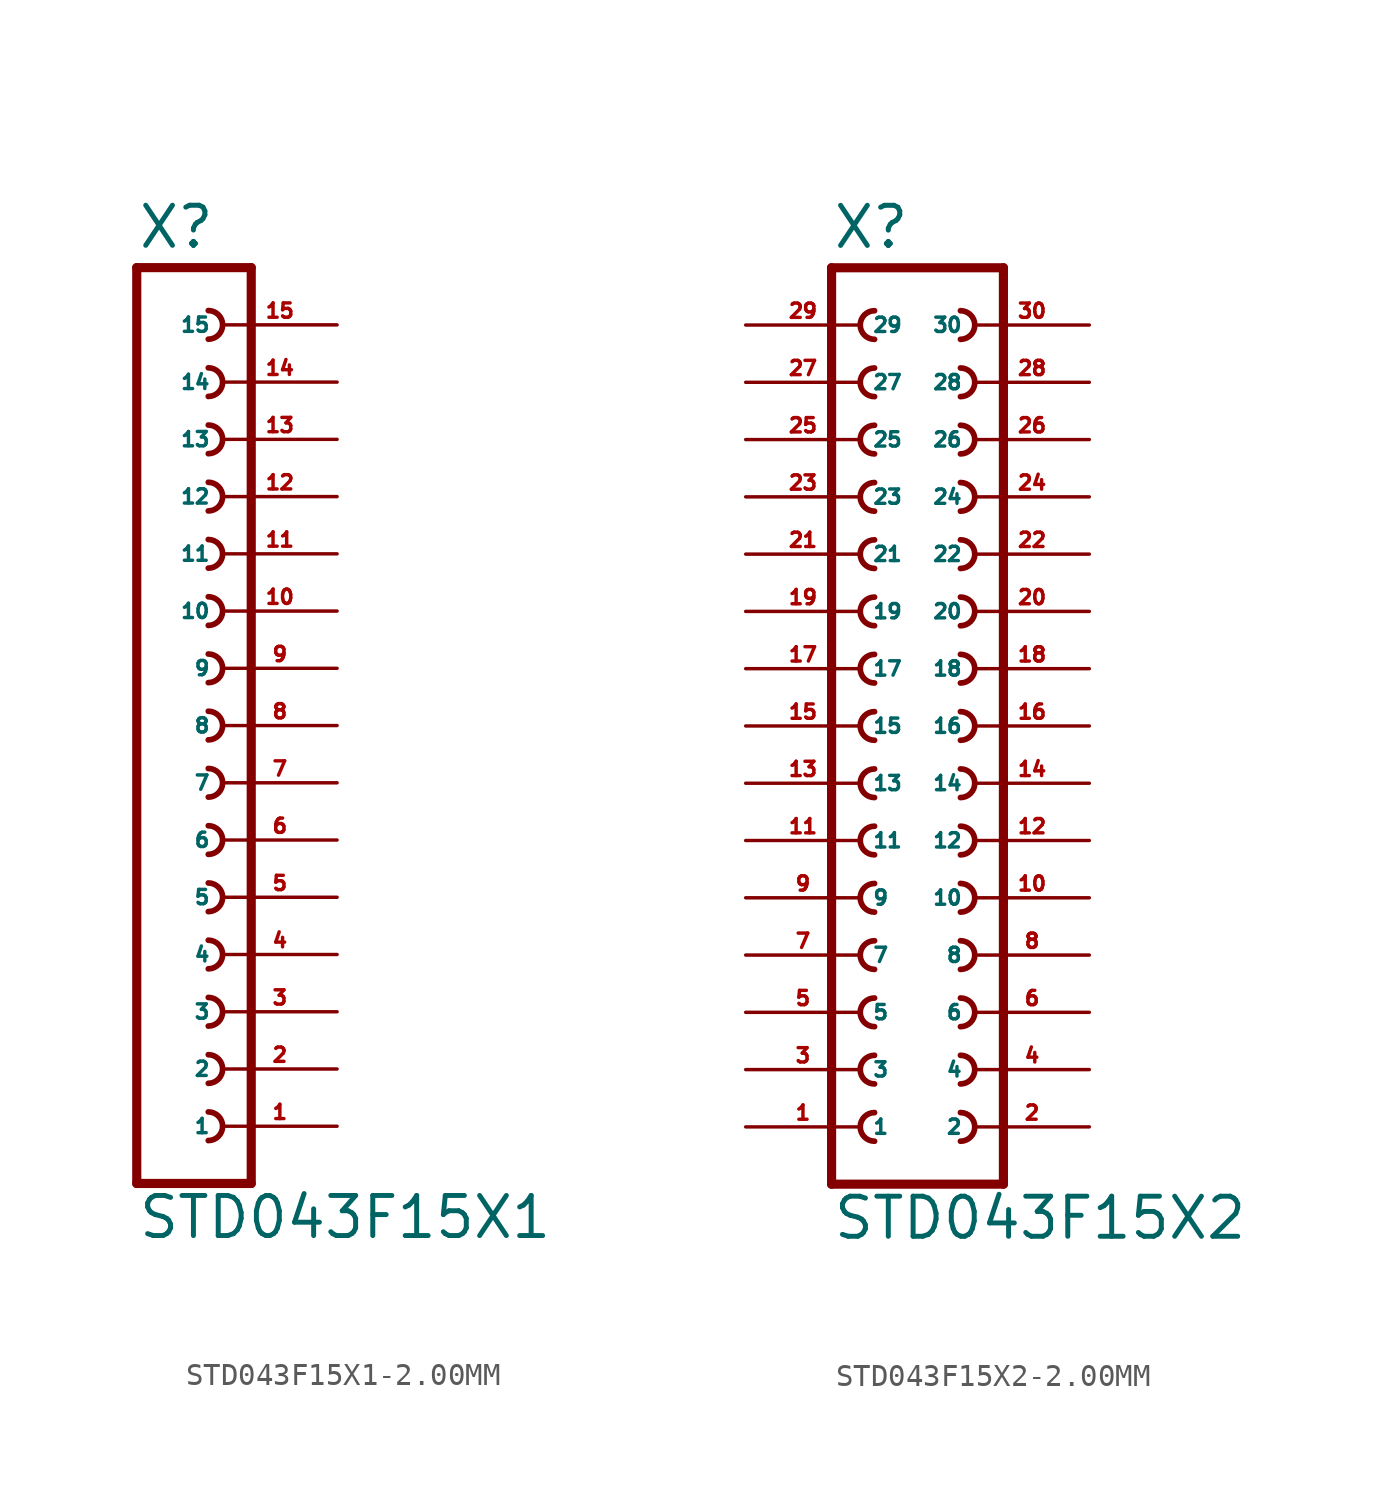
<source format=kicad_sym>
(kicad_symbol_lib
  (version 20220914)
  (generator Eagle2Kicad)
  (symbol "STD043F15X1-2.00MM"
    (property "Reference" "X"
      (at -1.27 21.082 0)
      (effects (font (size 1.778 1.778) (thickness 0.22)) (justify left bottom)))
    (property "Value" "STD043F15X1"
      (at -1.27 -22.86 0)
      (effects (font (size 1.778 1.778) (thickness 0.22)) (justify left bottom)))
    (polyline
      (pts (xy 3.81 -20.32) (xy -1.27 -20.32))
      (stroke (width 0.406) (type default))
      (fill (type none)))
    (arc
      (start 1.905 -13.335)
      (mid 2.540 -12.700)
      (end 1.905 -12.065)
      (stroke (width 0.254) (type default))
      (fill (type none)))
    (arc
      (start 1.905 -15.875)
      (mid 2.540 -15.240)
      (end 1.905 -14.605)
      (stroke (width 0.254) (type default))
      (fill (type none)))
    (arc
      (start 1.905 -18.415)
      (mid 2.540 -17.780)
      (end 1.905 -17.145)
      (stroke (width 0.254) (type default))
      (fill (type none)))
    (arc
      (start 1.905 -8.255)
      (mid 2.540 -7.620)
      (end 1.905 -6.985)
      (stroke (width 0.254) (type default))
      (fill (type none)))
    (arc
      (start 1.905 -10.795)
      (mid 2.540 -10.160)
      (end 1.905 -9.525)
      (stroke (width 0.254) (type default))
      (fill (type none)))
    (arc
      (start 1.905 -0.635)
      (mid 2.540 0.000)
      (end 1.905 0.635)
      (stroke (width 0.254) (type default))
      (fill (type none)))
    (arc
      (start 1.905 -3.175)
      (mid 2.540 -2.540)
      (end 1.905 -1.905)
      (stroke (width 0.254) (type default))
      (fill (type none)))
    (arc
      (start 1.905 -5.715)
      (mid 2.540 -5.080)
      (end 1.905 -4.445)
      (stroke (width 0.254) (type default))
      (fill (type none)))
    (arc
      (start 1.905 4.445)
      (mid 2.540 5.080)
      (end 1.905 5.715)
      (stroke (width 0.254) (type default))
      (fill (type none)))
    (arc
      (start 1.905 1.905)
      (mid 2.540 2.540)
      (end 1.905 3.175)
      (stroke (width 0.254) (type default))
      (fill (type none)))
    (arc
      (start 1.905 12.065)
      (mid 2.540 12.700)
      (end 1.905 13.335)
      (stroke (width 0.254) (type default))
      (fill (type none)))
    (arc
      (start 1.905 9.525)
      (mid 2.540 10.160)
      (end 1.905 10.795)
      (stroke (width 0.254) (type default))
      (fill (type none)))
    (arc
      (start 1.905 6.985)
      (mid 2.540 7.620)
      (end 1.905 8.255)
      (stroke (width 0.254) (type default))
      (fill (type none)))
    (arc
      (start 1.905 17.145)
      (mid 2.540 17.780)
      (end 1.905 18.415)
      (stroke (width 0.254) (type default))
      (fill (type none)))
    (arc
      (start 1.905 14.605)
      (mid 2.540 15.240)
      (end 1.905 15.875)
      (stroke (width 0.254) (type default))
      (fill (type none)))
    (polyline
      (pts (xy -1.27 20.32) (xy -1.27 -20.32))
      (stroke (width 0.406) (type default))
      (fill (type none)))
    (polyline
      (pts (xy 3.81 -20.32) (xy 3.81 20.32))
      (stroke (width 0.406) (type default))
      (fill (type none)))
    (polyline
      (pts (xy -1.27 20.32) (xy 3.81 20.32))
      (stroke (width 0.406) (type default))
      (fill (type none)))
    (pin passive line
      (at 7.62 -17.78 180)
      (length 5.08)
      (name "1" (effects (font (size 0.635 0.635) (thickness 0.08)) (justify left bottom)))
      (number "1" (effects (font (size 0.635 0.635) (thickness 0.08)) (justify left bottom))))
    (pin passive line
      (at 7.62 -15.24 180)
      (length 5.08)
      (name "2" (effects (font (size 0.635 0.635) (thickness 0.08)) (justify left bottom)))
      (number "2" (effects (font (size 0.635 0.635) (thickness 0.08)) (justify left bottom))))
    (pin passive line
      (at 7.62 -12.7 180)
      (length 5.08)
      (name "3" (effects (font (size 0.635 0.635) (thickness 0.08)) (justify left bottom)))
      (number "3" (effects (font (size 0.635 0.635) (thickness 0.08)) (justify left bottom))))
    (pin passive line
      (at 7.62 -10.16 180)
      (length 5.08)
      (name "4" (effects (font (size 0.635 0.635) (thickness 0.08)) (justify left bottom)))
      (number "4" (effects (font (size 0.635 0.635) (thickness 0.08)) (justify left bottom))))
    (pin passive line
      (at 7.62 -7.62 180)
      (length 5.08)
      (name "5" (effects (font (size 0.635 0.635) (thickness 0.08)) (justify left bottom)))
      (number "5" (effects (font (size 0.635 0.635) (thickness 0.08)) (justify left bottom))))
    (pin passive line
      (at 7.62 -5.08 180)
      (length 5.08)
      (name "6" (effects (font (size 0.635 0.635) (thickness 0.08)) (justify left bottom)))
      (number "6" (effects (font (size 0.635 0.635) (thickness 0.08)) (justify left bottom))))
    (pin passive line
      (at 7.62 -2.54 180)
      (length 5.08)
      (name "7" (effects (font (size 0.635 0.635) (thickness 0.08)) (justify left bottom)))
      (number "7" (effects (font (size 0.635 0.635) (thickness 0.08)) (justify left bottom))))
    (pin passive line
      (at 7.62 0 180)
      (length 5.08)
      (name "8" (effects (font (size 0.635 0.635) (thickness 0.08)) (justify left bottom)))
      (number "8" (effects (font (size 0.635 0.635) (thickness 0.08)) (justify left bottom))))
    (pin passive line
      (at 7.62 2.54 180)
      (length 5.08)
      (name "9" (effects (font (size 0.635 0.635) (thickness 0.08)) (justify left bottom)))
      (number "9" (effects (font (size 0.635 0.635) (thickness 0.08)) (justify left bottom))))
    (pin passive line
      (at 7.62 5.08 180)
      (length 5.08)
      (name "10" (effects (font (size 0.635 0.635) (thickness 0.08)) (justify left bottom)))
      (number "10" (effects (font (size 0.635 0.635) (thickness 0.08)) (justify left bottom))))
    (pin passive line
      (at 7.62 7.62 180)
      (length 5.08)
      (name "11" (effects (font (size 0.635 0.635) (thickness 0.08)) (justify left bottom)))
      (number "11" (effects (font (size 0.635 0.635) (thickness 0.08)) (justify left bottom))))
    (pin passive line
      (at 7.62 10.16 180)
      (length 5.08)
      (name "12" (effects (font (size 0.635 0.635) (thickness 0.08)) (justify left bottom)))
      (number "12" (effects (font (size 0.635 0.635) (thickness 0.08)) (justify left bottom))))
    (pin passive line
      (at 7.62 12.7 180)
      (length 5.08)
      (name "13" (effects (font (size 0.635 0.635) (thickness 0.08)) (justify left bottom)))
      (number "13" (effects (font (size 0.635 0.635) (thickness 0.08)) (justify left bottom))))
    (pin passive line
      (at 7.62 15.24 180)
      (length 5.08)
      (name "14" (effects (font (size 0.635 0.635) (thickness 0.08)) (justify left bottom)))
      (number "14" (effects (font (size 0.635 0.635) (thickness 0.08)) (justify left bottom))))
    (pin passive line
      (at 7.62 17.78 180)
      (length 5.08)
      (name "15" (effects (font (size 0.635 0.635) (thickness 0.08)) (justify left bottom)))
      (number "15" (effects (font (size 0.635 0.635) (thickness 0.08)) (justify left bottom)))))
  (symbol "STD043F15X2-2.00MM"
    (property "Reference" "X"
      (at -3.81 21.082 0)
      (effects (font (size 1.778 1.778) (thickness 0.22)) (justify left bottom)))
    (property "Value" "STD043F15X2"
      (at -3.81 -22.86 0)
      (effects (font (size 1.778 1.778) (thickness 0.22)) (justify left bottom)))
    (polyline
      (pts (xy 3.81 -20.32) (xy -3.81 -20.32))
      (stroke (width 0.406) (type default))
      (fill (type none)))
    (arc
      (start -1.905 -12.065)
      (mid -2.540 -12.700)
      (end -1.905 -13.335)
      (stroke (width 0.254) (type default))
      (fill (type none)))
    (arc
      (start -1.905 -14.605)
      (mid -2.540 -15.240)
      (end -1.905 -15.875)
      (stroke (width 0.254) (type default))
      (fill (type none)))
    (arc
      (start -1.905 -17.145)
      (mid -2.540 -17.780)
      (end -1.905 -18.415)
      (stroke (width 0.254) (type default))
      (fill (type none)))
    (arc
      (start 1.905 -13.335)
      (mid 2.540 -12.700)
      (end 1.905 -12.065)
      (stroke (width 0.254) (type default))
      (fill (type none)))
    (arc
      (start 1.905 -15.875)
      (mid 2.540 -15.240)
      (end 1.905 -14.605)
      (stroke (width 0.254) (type default))
      (fill (type none)))
    (arc
      (start 1.905 -18.415)
      (mid 2.540 -17.780)
      (end 1.905 -17.145)
      (stroke (width 0.254) (type default))
      (fill (type none)))
    (arc
      (start -1.905 -6.985)
      (mid -2.540 -7.620)
      (end -1.905 -8.255)
      (stroke (width 0.254) (type default))
      (fill (type none)))
    (arc
      (start -1.905 -9.525)
      (mid -2.540 -10.160)
      (end -1.905 -10.795)
      (stroke (width 0.254) (type default))
      (fill (type none)))
    (arc
      (start 1.905 -8.255)
      (mid 2.540 -7.620)
      (end 1.905 -6.985)
      (stroke (width 0.254) (type default))
      (fill (type none)))
    (arc
      (start 1.905 -10.795)
      (mid 2.540 -10.160)
      (end 1.905 -9.525)
      (stroke (width 0.254) (type default))
      (fill (type none)))
    (arc
      (start -1.905 0.635)
      (mid -2.540 0.000)
      (end -1.905 -0.635)
      (stroke (width 0.254) (type default))
      (fill (type none)))
    (arc
      (start -1.905 -1.905)
      (mid -2.540 -2.540)
      (end -1.905 -3.175)
      (stroke (width 0.254) (type default))
      (fill (type none)))
    (arc
      (start -1.905 -4.445)
      (mid -2.540 -5.080)
      (end -1.905 -5.715)
      (stroke (width 0.254) (type default))
      (fill (type none)))
    (arc
      (start 1.905 -0.635)
      (mid 2.540 0.000)
      (end 1.905 0.635)
      (stroke (width 0.254) (type default))
      (fill (type none)))
    (arc
      (start 1.905 -3.175)
      (mid 2.540 -2.540)
      (end 1.905 -1.905)
      (stroke (width 0.254) (type default))
      (fill (type none)))
    (arc
      (start 1.905 -5.715)
      (mid 2.540 -5.080)
      (end 1.905 -4.445)
      (stroke (width 0.254) (type default))
      (fill (type none)))
    (arc
      (start -1.905 5.715)
      (mid -2.540 5.080)
      (end -1.905 4.445)
      (stroke (width 0.254) (type default))
      (fill (type none)))
    (arc
      (start -1.905 3.175)
      (mid -2.540 2.540)
      (end -1.905 1.905)
      (stroke (width 0.254) (type default))
      (fill (type none)))
    (arc
      (start 1.905 4.445)
      (mid 2.540 5.080)
      (end 1.905 5.715)
      (stroke (width 0.254) (type default))
      (fill (type none)))
    (arc
      (start 1.905 1.905)
      (mid 2.540 2.540)
      (end 1.905 3.175)
      (stroke (width 0.254) (type default))
      (fill (type none)))
    (arc
      (start -1.905 13.335)
      (mid -2.540 12.700)
      (end -1.905 12.065)
      (stroke (width 0.254) (type default))
      (fill (type none)))
    (arc
      (start -1.905 10.795)
      (mid -2.540 10.160)
      (end -1.905 9.525)
      (stroke (width 0.254) (type default))
      (fill (type none)))
    (arc
      (start -1.905 8.255)
      (mid -2.540 7.620)
      (end -1.905 6.985)
      (stroke (width 0.254) (type default))
      (fill (type none)))
    (arc
      (start 1.905 12.065)
      (mid 2.540 12.700)
      (end 1.905 13.335)
      (stroke (width 0.254) (type default))
      (fill (type none)))
    (arc
      (start 1.905 9.525)
      (mid 2.540 10.160)
      (end 1.905 10.795)
      (stroke (width 0.254) (type default))
      (fill (type none)))
    (arc
      (start 1.905 6.985)
      (mid 2.540 7.620)
      (end 1.905 8.255)
      (stroke (width 0.254) (type default))
      (fill (type none)))
    (arc
      (start -1.905 18.415)
      (mid -2.540 17.780)
      (end -1.905 17.145)
      (stroke (width 0.254) (type default))
      (fill (type none)))
    (arc
      (start -1.905 15.875)
      (mid -2.540 15.240)
      (end -1.905 14.605)
      (stroke (width 0.254) (type default))
      (fill (type none)))
    (arc
      (start 1.905 17.145)
      (mid 2.540 17.780)
      (end 1.905 18.415)
      (stroke (width 0.254) (type default))
      (fill (type none)))
    (arc
      (start 1.905 14.605)
      (mid 2.540 15.240)
      (end 1.905 15.875)
      (stroke (width 0.254) (type default))
      (fill (type none)))
    (polyline
      (pts (xy -3.81 20.32) (xy -3.81 -20.32))
      (stroke (width 0.406) (type default))
      (fill (type none)))
    (polyline
      (pts (xy 3.81 -20.32) (xy 3.81 20.32))
      (stroke (width 0.406) (type default))
      (fill (type none)))
    (polyline
      (pts (xy -3.81 20.32) (xy 3.81 20.32))
      (stroke (width 0.406) (type default))
      (fill (type none)))
    (pin passive line
      (at -7.62 -17.78 0)
      (length 5.08)
      (name "1" (effects (font (size 0.635 0.635) (thickness 0.08)) (justify left bottom)))
      (number "1" (effects (font (size 0.635 0.635) (thickness 0.08)) (justify left bottom))))
    (pin passive line
      (at -7.62 -15.24 0)
      (length 5.08)
      (name "3" (effects (font (size 0.635 0.635) (thickness 0.08)) (justify left bottom)))
      (number "3" (effects (font (size 0.635 0.635) (thickness 0.08)) (justify left bottom))))
    (pin passive line
      (at -7.62 -12.7 0)
      (length 5.08)
      (name "5" (effects (font (size 0.635 0.635) (thickness 0.08)) (justify left bottom)))
      (number "5" (effects (font (size 0.635 0.635) (thickness 0.08)) (justify left bottom))))
    (pin passive line
      (at 7.62 -17.78 180)
      (length 5.08)
      (name "2" (effects (font (size 0.635 0.635) (thickness 0.08)) (justify left bottom)))
      (number "2" (effects (font (size 0.635 0.635) (thickness 0.08)) (justify left bottom))))
    (pin passive line
      (at 7.62 -15.24 180)
      (length 5.08)
      (name "4" (effects (font (size 0.635 0.635) (thickness 0.08)) (justify left bottom)))
      (number "4" (effects (font (size 0.635 0.635) (thickness 0.08)) (justify left bottom))))
    (pin passive line
      (at 7.62 -12.7 180)
      (length 5.08)
      (name "6" (effects (font (size 0.635 0.635) (thickness 0.08)) (justify left bottom)))
      (number "6" (effects (font (size 0.635 0.635) (thickness 0.08)) (justify left bottom))))
    (pin passive line
      (at -7.62 -10.16 0)
      (length 5.08)
      (name "7" (effects (font (size 0.635 0.635) (thickness 0.08)) (justify left bottom)))
      (number "7" (effects (font (size 0.635 0.635) (thickness 0.08)) (justify left bottom))))
    (pin passive line
      (at -7.62 -7.62 0)
      (length 5.08)
      (name "9" (effects (font (size 0.635 0.635) (thickness 0.08)) (justify left bottom)))
      (number "9" (effects (font (size 0.635 0.635) (thickness 0.08)) (justify left bottom))))
    (pin passive line
      (at 7.62 -10.16 180)
      (length 5.08)
      (name "8" (effects (font (size 0.635 0.635) (thickness 0.08)) (justify left bottom)))
      (number "8" (effects (font (size 0.635 0.635) (thickness 0.08)) (justify left bottom))))
    (pin passive line
      (at 7.62 -7.62 180)
      (length 5.08)
      (name "10" (effects (font (size 0.635 0.635) (thickness 0.08)) (justify left bottom)))
      (number "10" (effects (font (size 0.635 0.635) (thickness 0.08)) (justify left bottom))))
    (pin passive line
      (at -7.62 -5.08 0)
      (length 5.08)
      (name "11" (effects (font (size 0.635 0.635) (thickness 0.08)) (justify left bottom)))
      (number "11" (effects (font (size 0.635 0.635) (thickness 0.08)) (justify left bottom))))
    (pin passive line
      (at -7.62 -2.54 0)
      (length 5.08)
      (name "13" (effects (font (size 0.635 0.635) (thickness 0.08)) (justify left bottom)))
      (number "13" (effects (font (size 0.635 0.635) (thickness 0.08)) (justify left bottom))))
    (pin passive line
      (at -7.62 0 0)
      (length 5.08)
      (name "15" (effects (font (size 0.635 0.635) (thickness 0.08)) (justify left bottom)))
      (number "15" (effects (font (size 0.635 0.635) (thickness 0.08)) (justify left bottom))))
    (pin passive line
      (at 7.62 -5.08 180)
      (length 5.08)
      (name "12" (effects (font (size 0.635 0.635) (thickness 0.08)) (justify left bottom)))
      (number "12" (effects (font (size 0.635 0.635) (thickness 0.08)) (justify left bottom))))
    (pin passive line
      (at 7.62 -2.54 180)
      (length 5.08)
      (name "14" (effects (font (size 0.635 0.635) (thickness 0.08)) (justify left bottom)))
      (number "14" (effects (font (size 0.635 0.635) (thickness 0.08)) (justify left bottom))))
    (pin passive line
      (at 7.62 0 180)
      (length 5.08)
      (name "16" (effects (font (size 0.635 0.635) (thickness 0.08)) (justify left bottom)))
      (number "16" (effects (font (size 0.635 0.635) (thickness 0.08)) (justify left bottom))))
    (pin passive line
      (at -7.62 2.54 0)
      (length 5.08)
      (name "17" (effects (font (size 0.635 0.635) (thickness 0.08)) (justify left bottom)))
      (number "17" (effects (font (size 0.635 0.635) (thickness 0.08)) (justify left bottom))))
    (pin passive line
      (at -7.62 5.08 0)
      (length 5.08)
      (name "19" (effects (font (size 0.635 0.635) (thickness 0.08)) (justify left bottom)))
      (number "19" (effects (font (size 0.635 0.635) (thickness 0.08)) (justify left bottom))))
    (pin passive line
      (at 7.62 2.54 180)
      (length 5.08)
      (name "18" (effects (font (size 0.635 0.635) (thickness 0.08)) (justify left bottom)))
      (number "18" (effects (font (size 0.635 0.635) (thickness 0.08)) (justify left bottom))))
    (pin passive line
      (at 7.62 5.08 180)
      (length 5.08)
      (name "20" (effects (font (size 0.635 0.635) (thickness 0.08)) (justify left bottom)))
      (number "20" (effects (font (size 0.635 0.635) (thickness 0.08)) (justify left bottom))))
    (pin passive line
      (at -7.62 7.62 0)
      (length 5.08)
      (name "21" (effects (font (size 0.635 0.635) (thickness 0.08)) (justify left bottom)))
      (number "21" (effects (font (size 0.635 0.635) (thickness 0.08)) (justify left bottom))))
    (pin passive line
      (at -7.62 10.16 0)
      (length 5.08)
      (name "23" (effects (font (size 0.635 0.635) (thickness 0.08)) (justify left bottom)))
      (number "23" (effects (font (size 0.635 0.635) (thickness 0.08)) (justify left bottom))))
    (pin passive line
      (at -7.62 12.7 0)
      (length 5.08)
      (name "25" (effects (font (size 0.635 0.635) (thickness 0.08)) (justify left bottom)))
      (number "25" (effects (font (size 0.635 0.635) (thickness 0.08)) (justify left bottom))))
    (pin passive line
      (at 7.62 7.62 180)
      (length 5.08)
      (name "22" (effects (font (size 0.635 0.635) (thickness 0.08)) (justify left bottom)))
      (number "22" (effects (font (size 0.635 0.635) (thickness 0.08)) (justify left bottom))))
    (pin passive line
      (at 7.62 10.16 180)
      (length 5.08)
      (name "24" (effects (font (size 0.635 0.635) (thickness 0.08)) (justify left bottom)))
      (number "24" (effects (font (size 0.635 0.635) (thickness 0.08)) (justify left bottom))))
    (pin passive line
      (at 7.62 12.7 180)
      (length 5.08)
      (name "26" (effects (font (size 0.635 0.635) (thickness 0.08)) (justify left bottom)))
      (number "26" (effects (font (size 0.635 0.635) (thickness 0.08)) (justify left bottom))))
    (pin passive line
      (at -7.62 15.24 0)
      (length 5.08)
      (name "27" (effects (font (size 0.635 0.635) (thickness 0.08)) (justify left bottom)))
      (number "27" (effects (font (size 0.635 0.635) (thickness 0.08)) (justify left bottom))))
    (pin passive line
      (at -7.62 17.78 0)
      (length 5.08)
      (name "29" (effects (font (size 0.635 0.635) (thickness 0.08)) (justify left bottom)))
      (number "29" (effects (font (size 0.635 0.635) (thickness 0.08)) (justify left bottom))))
    (pin passive line
      (at 7.62 15.24 180)
      (length 5.08)
      (name "28" (effects (font (size 0.635 0.635) (thickness 0.08)) (justify left bottom)))
      (number "28" (effects (font (size 0.635 0.635) (thickness 0.08)) (justify left bottom))))
    (pin passive line
      (at 7.62 17.78 180)
      (length 5.08)
      (name "30" (effects (font (size 0.635 0.635) (thickness 0.08)) (justify left bottom)))
      (number "30" (effects (font (size 0.635 0.635) (thickness 0.08)) (justify left bottom))))))
</source>
